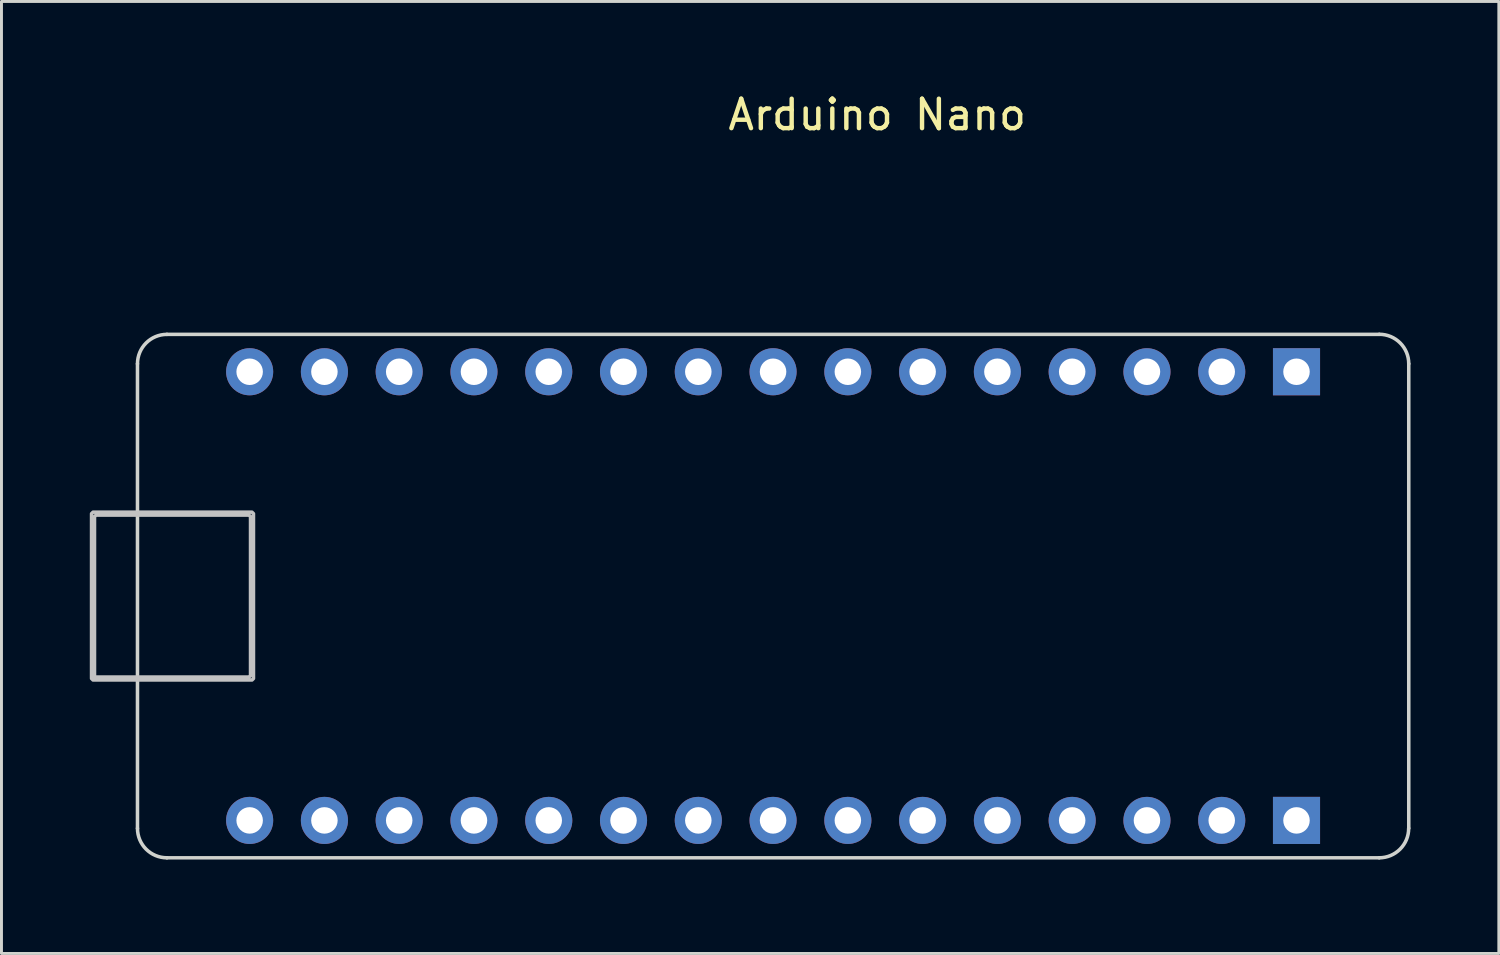
<source format=kicad_pcb>
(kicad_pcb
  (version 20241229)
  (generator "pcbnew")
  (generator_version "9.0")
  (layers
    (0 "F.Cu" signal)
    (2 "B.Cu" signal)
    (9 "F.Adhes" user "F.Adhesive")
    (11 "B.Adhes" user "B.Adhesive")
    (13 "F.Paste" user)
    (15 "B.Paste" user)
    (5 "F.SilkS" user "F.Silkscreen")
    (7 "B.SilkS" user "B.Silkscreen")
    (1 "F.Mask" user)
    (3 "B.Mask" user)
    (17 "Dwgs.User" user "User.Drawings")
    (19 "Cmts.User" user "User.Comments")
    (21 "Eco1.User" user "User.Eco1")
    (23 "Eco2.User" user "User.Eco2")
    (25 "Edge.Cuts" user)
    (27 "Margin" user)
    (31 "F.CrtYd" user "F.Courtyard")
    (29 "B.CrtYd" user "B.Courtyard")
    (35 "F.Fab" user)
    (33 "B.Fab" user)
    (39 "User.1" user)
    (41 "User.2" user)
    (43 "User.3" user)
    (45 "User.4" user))
  (footprint "Arduino Nano"
    (layer "F.Cu")
    (at 1.62 26.088)
    (property "Reference" "Arduino Nano" (at 19.98 -25.24 0) (layer "F.SilkS") (effects (font (size 1 1) (thickness 0.15)) (justify left)))
    (attr through_hole)
    (fp_poly (pts (xy -0.06 -11.74) (xy -1.51 -11.74) (xy -1.56 -11.69) (xy -1.56 -6.09) (xy -1.51 -6.04) (xy 3.89 -6.04) (xy 3.94 -6.09) (xy 3.94 -11.69) (xy 3.89 -11.74) (xy -0.01 -11.74) (xy -0.01 -11.64) (xy 3.79 -11.64) (xy 3.84 -11.59) (xy 3.84 -6.19) (xy 3.79 -6.14) (xy -1.46 -6.14) (xy -1.46 -11.59) (xy -1.41 -11.64) (xy -0.06 -11.64)) (stroke (width 0.12) (type solid)) (fill no) (layer "Dwgs.User"))
    (fp_line (start 2.54 -17.145) (end 2.54 -15.875) (stroke (width 0.152) (type solid)) (layer "Eco1.User"))
    (fp_line (start 2.54 -15.875) (end 3.175 -15.24) (stroke (width 0.152) (type solid)) (layer "Eco1.User"))
    (fp_line (start 2.54 -1.905) (end 2.54 -0.635) (stroke (width 0.152) (type solid)) (layer "Eco1.User"))
    (fp_line (start 2.54 -1.905) (end 2.54 -0.635) (stroke (width 0.152) (type solid)) (layer "Eco1.User"))
    (fp_line (start 2.54 -0.635) (end 3.175 0) (stroke (width 0.152) (type solid)) (layer "Eco1.User"))
    (fp_line (start 2.54 -0.635) (end 3.175 0) (stroke (width 0.152) (type solid)) (layer "Eco1.User"))
    (fp_line (start 3.175 -17.78) (end 2.54 -17.145) (stroke (width 0.152) (type solid)) (layer "Eco1.User"))
    (fp_line (start 3.175 -15.24) (end 4.445 -15.24) (stroke (width 0.152) (type solid)) (layer "Eco1.User"))
    (fp_line (start 3.175 -2.54) (end 2.54 -1.905) (stroke (width 0.152) (type solid)) (layer "Eco1.User"))
    (fp_line (start 3.175 -2.54) (end 2.54 -1.905) (stroke (width 0.152) (type solid)) (layer "Eco1.User"))
    (fp_line (start 4.445 -17.78) (end 3.175 -17.78) (stroke (width 0.152) (type solid)) (layer "Eco1.User"))
    (fp_line (start 4.445 -15.24) (end 5.08 -15.875) (stroke (width 0.152) (type solid)) (layer "Eco1.User"))
    (fp_line (start 4.445 -2.54) (end 3.175 -2.54) (stroke (width 0.152) (type solid)) (layer "Eco1.User"))
    (fp_line (start 4.445 0) (end 5.08 -0.635) (stroke (width 0.152) (type solid)) (layer "Eco1.User"))
    (fp_line (start 5.08 -17.145) (end 4.445 -17.78) (stroke (width 0.152) (type solid)) (layer "Eco1.User"))
    (fp_line (start 5.08 -15.875) (end 5.715 -15.24) (stroke (width 0.152) (type solid)) (layer "Eco1.User"))
    (fp_line (start 5.08 -1.905) (end 4.445 -2.54) (stroke (width 0.152) (type solid)) (layer "Eco1.User"))
    (fp_line (start 5.08 -1.905) (end 4.445 -2.54) (stroke (width 0.152) (type solid)) (layer "Eco1.User"))
    (fp_line (start 5.08 -0.635) (end 5.715 0) (stroke (width 0.152) (type solid)) (layer "Eco1.User"))
    (fp_line (start 5.715 -17.78) (end 5.08 -17.145) (stroke (width 0.152) (type solid)) (layer "Eco1.User"))
    (fp_line (start 5.715 -15.24) (end 6.985 -15.24) (stroke (width 0.152) (type solid)) (layer "Eco1.User"))
    (fp_line (start 5.715 -2.54) (end 5.08 -1.905) (stroke (width 0.152) (type solid)) (layer "Eco1.User"))
    (fp_line (start 5.715 -2.54) (end 5.08 -1.905) (stroke (width 0.152) (type solid)) (layer "Eco1.User"))
    (fp_line (start 6.985 -17.78) (end 5.715 -17.78) (stroke (width 0.152) (type solid)) (layer "Eco1.User"))
    (fp_line (start 6.985 -15.24) (end 7.62 -15.875) (stroke (width 0.152) (type solid)) (layer "Eco1.User"))
    (fp_line (start 6.985 -2.54) (end 5.715 -2.54) (stroke (width 0.152) (type solid)) (layer "Eco1.User"))
    (fp_line (start 6.985 0) (end 7.62 -0.635) (stroke (width 0.152) (type solid)) (layer "Eco1.User"))
    (fp_line (start 7.62 -17.145) (end 6.985 -17.78) (stroke (width 0.152) (type solid)) (layer "Eco1.User"))
    (fp_line (start 7.62 -15.875) (end 8.255 -15.24) (stroke (width 0.152) (type solid)) (layer "Eco1.User"))
    (fp_line (start 7.62 -1.905) (end 6.985 -2.54) (stroke (width 0.152) (type solid)) (layer "Eco1.User"))
    (fp_line (start 7.62 -1.905) (end 6.985 -2.54) (stroke (width 0.152) (type solid)) (layer "Eco1.User"))
    (fp_line (start 7.62 -0.635) (end 8.255 0) (stroke (width 0.152) (type solid)) (layer "Eco1.User"))
    (fp_line (start 8.255 -17.78) (end 7.62 -17.145) (stroke (width 0.152) (type solid)) (layer "Eco1.User"))
    (fp_line (start 8.255 -15.24) (end 9.525 -15.24) (stroke (width 0.152) (type solid)) (layer "Eco1.User"))
    (fp_line (start 8.255 -2.54) (end 7.62 -1.905) (stroke (width 0.152) (type solid)) (layer "Eco1.User"))
    (fp_line (start 8.255 -2.54) (end 7.62 -1.905) (stroke (width 0.152) (type solid)) (layer "Eco1.User"))
    (fp_line (start 9.525 -17.78) (end 8.255 -17.78) (stroke (width 0.152) (type solid)) (layer "Eco1.User"))
    (fp_line (start 9.525 -15.24) (end 10.161 -15.875) (stroke (width 0.152) (type solid)) (layer "Eco1.User"))
    (fp_line (start 9.525 -2.54) (end 8.255 -2.54) (stroke (width 0.152) (type solid)) (layer "Eco1.User"))
    (fp_line (start 9.525 0) (end 10.16 -0.635) (stroke (width 0.152) (type solid)) (layer "Eco1.User"))
    (fp_line (start 10.16 -1.905) (end 9.525 -2.54) (stroke (width 0.152) (type solid)) (layer "Eco1.User"))
    (fp_line (start 10.16 -1.905) (end 9.525 -2.54) (stroke (width 0.152) (type solid)) (layer "Eco1.User"))
    (fp_line (start 10.16 -0.635) (end 10.794 0) (stroke (width 0.152) (type solid)) (layer "Eco1.User"))
    (fp_line (start 10.161 -17.145) (end 9.525 -17.78) (stroke (width 0.152) (type solid)) (layer "Eco1.User"))
    (fp_line (start 10.161 -15.875) (end 10.796 -15.24) (stroke (width 0.152) (type solid)) (layer "Eco1.User"))
    (fp_line (start 10.794 -2.54) (end 10.16 -1.905) (stroke (width 0.152) (type solid)) (layer "Eco1.User"))
    (fp_line (start 10.794 -2.54) (end 10.16 -1.905) (stroke (width 0.152) (type solid)) (layer "Eco1.User"))
    (fp_line (start 10.796 -17.78) (end 10.161 -17.145) (stroke (width 0.152) (type solid)) (layer "Eco1.User"))
    (fp_line (start 10.796 -15.24) (end 12.066 -15.24) (stroke (width 0.152) (type solid)) (layer "Eco1.User"))
    (fp_line (start 12.064 -2.54) (end 10.794 -2.54) (stroke (width 0.152) (type solid)) (layer "Eco1.User"))
    (fp_line (start 12.064 0) (end 12.699 -0.635) (stroke (width 0.152) (type solid)) (layer "Eco1.User"))
    (fp_line (start 12.066 -15.24) (end 12.701 -15.875) (stroke (width 0.152) (type solid)) (layer "Eco1.User"))
    (fp_line (start 12.699 -1.905) (end 12.064 -2.54) (stroke (width 0.152) (type solid)) (layer "Eco1.User"))
    (fp_line (start 12.699 -1.905) (end 12.064 -2.54) (stroke (width 0.152) (type solid)) (layer "Eco1.User"))
    (fp_line (start 12.699 -0.635) (end 13.334 0) (stroke (width 0.152) (type solid)) (layer "Eco1.User"))
    (fp_line (start 12.701 -17.145) (end 12.066 -17.78) (stroke (width 0.152) (type solid)) (layer "Eco1.User"))
    (fp_line (start 12.701 -15.875) (end 13.336 -15.24) (stroke (width 0.152) (type solid)) (layer "Eco1.User"))
    (fp_line (start 13.334 -2.54) (end 12.699 -1.905) (stroke (width 0.152) (type solid)) (layer "Eco1.User"))
    (fp_line (start 13.334 -2.54) (end 12.699 -1.905) (stroke (width 0.152) (type solid)) (layer "Eco1.User"))
    (fp_line (start 13.336 -17.78) (end 12.701 -17.145) (stroke (width 0.152) (type solid)) (layer "Eco1.User"))
    (fp_line (start 13.336 -15.24) (end 14.606 -15.24) (stroke (width 0.152) (type solid)) (layer "Eco1.User"))
    (fp_line (start 14.604 -2.54) (end 13.334 -2.54) (stroke (width 0.152) (type solid)) (layer "Eco1.User"))
    (fp_line (start 14.604 0) (end 15.239 -0.635) (stroke (width 0.152) (type solid)) (layer "Eco1.User"))
    (fp_line (start 14.606 -15.24) (end 15.241 -15.875) (stroke (width 0.152) (type solid)) (layer "Eco1.User"))
    (fp_line (start 15.239 -1.905) (end 14.604 -2.54) (stroke (width 0.152) (type solid)) (layer "Eco1.User"))
    (fp_line (start 15.239 -1.905) (end 14.604 -2.54) (stroke (width 0.152) (type solid)) (layer "Eco1.User"))
    (fp_line (start 15.239 -0.635) (end 15.874 0) (stroke (width 0.152) (type solid)) (layer "Eco1.User"))
    (fp_line (start 15.241 -17.145) (end 14.606 -17.78) (stroke (width 0.152) (type solid)) (layer "Eco1.User"))
    (fp_line (start 15.241 -15.875) (end 15.876 -15.24) (stroke (width 0.152) (type solid)) (layer "Eco1.User"))
    (fp_line (start 15.874 -2.54) (end 15.239 -1.905) (stroke (width 0.152) (type solid)) (layer "Eco1.User"))
    (fp_line (start 15.874 -2.54) (end 15.239 -1.905) (stroke (width 0.152) (type solid)) (layer "Eco1.User"))
    (fp_line (start 15.876 -17.78) (end 15.241 -17.145) (stroke (width 0.152) (type solid)) (layer "Eco1.User"))
    (fp_line (start 15.876 -15.24) (end 17.146 -15.24) (stroke (width 0.152) (type solid)) (layer "Eco1.User"))
    (fp_line (start 17.144 -2.54) (end 15.874 -2.54) (stroke (width 0.152) (type solid)) (layer "Eco1.User"))
    (fp_line (start 17.144 0) (end 17.779 -0.635) (stroke (width 0.152) (type solid)) (layer "Eco1.User"))
    (fp_line (start 17.146 -15.24) (end 17.781 -15.875) (stroke (width 0.152) (type solid)) (layer "Eco1.User"))
    (fp_line (start 17.779 -1.905) (end 17.144 -2.54) (stroke (width 0.152) (type solid)) (layer "Eco1.User"))
    (fp_line (start 17.779 -1.905) (end 17.144 -2.54) (stroke (width 0.152) (type solid)) (layer "Eco1.User"))
    (fp_line (start 17.779 -0.635) (end 18.414 0) (stroke (width 0.152) (type solid)) (layer "Eco1.User"))
    (fp_line (start 17.78 -17.145) (end 17.145 -17.78) (stroke (width 0.152) (type solid)) (layer "Eco1.User"))
    (fp_line (start 17.781 -15.875) (end 18.416 -15.24) (stroke (width 0.152) (type solid)) (layer "Eco1.User"))
    (fp_line (start 18.414 -2.54) (end 17.779 -1.905) (stroke (width 0.152) (type solid)) (layer "Eco1.User"))
    (fp_line (start 18.414 -2.54) (end 17.779 -1.905) (stroke (width 0.152) (type solid)) (layer "Eco1.User"))
    (fp_line (start 18.415 -17.78) (end 17.78 -17.145) (stroke (width 0.152) (type solid)) (layer "Eco1.User"))
    (fp_line (start 18.416 -15.24) (end 19.686 -15.24) (stroke (width 0.152) (type solid)) (layer "Eco1.User"))
    (fp_line (start 19.684 -2.54) (end 18.414 -2.54) (stroke (width 0.152) (type solid)) (layer "Eco1.User"))
    (fp_line (start 19.684 0) (end 20.319 -0.635) (stroke (width 0.152) (type solid)) (layer "Eco1.User"))
    (fp_line (start 19.686 -15.24) (end 20.321 -15.875) (stroke (width 0.152) (type solid)) (layer "Eco1.User"))
    (fp_line (start 20.319 -1.905) (end 19.684 -2.54) (stroke (width 0.152) (type solid)) (layer "Eco1.User"))
    (fp_line (start 20.319 -1.905) (end 19.684 -2.54) (stroke (width 0.152) (type solid)) (layer "Eco1.User"))
    (fp_line (start 20.319 -0.635) (end 20.954 0) (stroke (width 0.152) (type solid)) (layer "Eco1.User"))
    (fp_line (start 20.321 -17.145) (end 19.686 -17.78) (stroke (width 0.152) (type solid)) (layer "Eco1.User"))
    (fp_line (start 20.321 -15.875) (end 20.956 -15.24) (stroke (width 0.152) (type solid)) (layer "Eco1.User"))
    (fp_line (start 20.954 -2.54) (end 20.319 -1.905) (stroke (width 0.152) (type solid)) (layer "Eco1.User"))
    (fp_line (start 20.954 -2.54) (end 20.319 -1.905) (stroke (width 0.152) (type solid)) (layer "Eco1.User"))
    (fp_line (start 20.956 -17.78) (end 20.321 -17.145) (stroke (width 0.152) (type solid)) (layer "Eco1.User"))
    (fp_line (start 20.956 -15.24) (end 22.226 -15.24) (stroke (width 0.152) (type solid)) (layer "Eco1.User"))
    (fp_line (start 22.224 -2.54) (end 20.954 -2.54) (stroke (width 0.152) (type solid)) (layer "Eco1.User"))
    (fp_line (start 22.224 0) (end 22.859 -0.635) (stroke (width 0.152) (type solid)) (layer "Eco1.User"))
    (fp_line (start 22.226 -15.24) (end 22.861 -15.875) (stroke (width 0.152) (type solid)) (layer "Eco1.User"))
    (fp_line (start 22.859 -1.905) (end 22.224 -2.54) (stroke (width 0.152) (type solid)) (layer "Eco1.User"))
    (fp_line (start 22.859 -1.905) (end 22.224 -2.54) (stroke (width 0.152) (type solid)) (layer "Eco1.User"))
    (fp_line (start 22.859 -0.635) (end 23.494 0) (stroke (width 0.152) (type solid)) (layer "Eco1.User"))
    (fp_line (start 22.861 -17.145) (end 22.226 -17.78) (stroke (width 0.152) (type solid)) (layer "Eco1.User"))
    (fp_line (start 22.861 -15.875) (end 23.496 -15.24) (stroke (width 0.152) (type solid)) (layer "Eco1.User"))
    (fp_line (start 23.494 -2.54) (end 22.859 -1.905) (stroke (width 0.152) (type solid)) (layer "Eco1.User"))
    (fp_line (start 23.494 -2.54) (end 22.859 -1.905) (stroke (width 0.152) (type solid)) (layer "Eco1.User"))
    (fp_line (start 23.496 -17.78) (end 22.861 -17.145) (stroke (width 0.152) (type solid)) (layer "Eco1.User"))
    (fp_line (start 23.496 -15.24) (end 24.766 -15.24) (stroke (width 0.152) (type solid)) (layer "Eco1.User"))
    (fp_line (start 24.764 -2.54) (end 23.494 -2.54) (stroke (width 0.152) (type solid)) (layer "Eco1.User"))
    (fp_line (start 24.765 -0.001) (end 25.4 -0.636) (stroke (width 0.152) (type solid)) (layer "Eco1.User"))
    (fp_line (start 24.766 -15.24) (end 25.401 -15.875) (stroke (width 0.152) (type solid)) (layer "Eco1.User"))
    (fp_line (start 25.399 -1.905) (end 24.764 -2.54) (stroke (width 0.152) (type solid)) (layer "Eco1.User"))
    (fp_line (start 25.399 -1.905) (end 24.764 -2.54) (stroke (width 0.152) (type solid)) (layer "Eco1.User"))
    (fp_line (start 25.4 -0.636) (end 26.035 -0.001) (stroke (width 0.152) (type solid)) (layer "Eco1.User"))
    (fp_line (start 25.401 -17.145) (end 24.766 -17.78) (stroke (width 0.152) (type solid)) (layer "Eco1.User"))
    (fp_line (start 25.401 -15.875) (end 26.036 -15.24) (stroke (width 0.152) (type solid)) (layer "Eco1.User"))
    (fp_line (start 26.034 -2.54) (end 25.399 -1.905) (stroke (width 0.152) (type solid)) (layer "Eco1.User"))
    (fp_line (start 26.034 -2.54) (end 25.399 -1.905) (stroke (width 0.152) (type solid)) (layer "Eco1.User"))
    (fp_line (start 26.036 -17.78) (end 25.401 -17.145) (stroke (width 0.152) (type solid)) (layer "Eco1.User"))
    (fp_line (start 26.036 -15.24) (end 27.306 -15.24) (stroke (width 0.152) (type solid)) (layer "Eco1.User"))
    (fp_line (start 27.304 -2.54) (end 26.034 -2.54) (stroke (width 0.152) (type solid)) (layer "Eco1.User"))
    (fp_line (start 27.304 0) (end 27.939 -0.635) (stroke (width 0.152) (type solid)) (layer "Eco1.User"))
    (fp_line (start 27.306 -15.24) (end 27.941 -15.875) (stroke (width 0.152) (type solid)) (layer "Eco1.User"))
    (fp_line (start 27.939 -1.905) (end 27.304 -2.54) (stroke (width 0.152) (type solid)) (layer "Eco1.User"))
    (fp_line (start 27.939 -1.905) (end 27.304 -2.54) (stroke (width 0.152) (type solid)) (layer "Eco1.User"))
    (fp_line (start 27.939 -0.635) (end 28.574 0) (stroke (width 0.152) (type solid)) (layer "Eco1.User"))
    (fp_line (start 27.941 -17.145) (end 27.306 -17.78) (stroke (width 0.152) (type solid)) (layer "Eco1.User"))
    (fp_line (start 27.941 -15.875) (end 28.576 -15.24) (stroke (width 0.152) (type solid)) (layer "Eco1.User"))
    (fp_line (start 28.574 -2.54) (end 27.939 -1.905) (stroke (width 0.152) (type solid)) (layer "Eco1.User"))
    (fp_line (start 28.574 -2.54) (end 27.939 -1.905) (stroke (width 0.152) (type solid)) (layer "Eco1.User"))
    (fp_line (start 28.576 -17.78) (end 27.941 -17.145) (stroke (width 0.152) (type solid)) (layer "Eco1.User"))
    (fp_line (start 28.576 -15.24) (end 29.846 -15.24) (stroke (width 0.152) (type solid)) (layer "Eco1.User"))
    (fp_line (start 29.844 -2.54) (end 28.574 -2.54) (stroke (width 0.152) (type solid)) (layer "Eco1.User"))
    (fp_line (start 29.844 0) (end 30.479 -0.635) (stroke (width 0.152) (type solid)) (layer "Eco1.User"))
    (fp_line (start 29.846 -15.24) (end 30.481 -15.875) (stroke (width 0.152) (type solid)) (layer "Eco1.User"))
    (fp_line (start 30.479 -1.905) (end 29.844 -2.54) (stroke (width 0.152) (type solid)) (layer "Eco1.User"))
    (fp_line (start 30.479 -1.905) (end 29.844 -2.54) (stroke (width 0.152) (type solid)) (layer "Eco1.User"))
    (fp_line (start 30.479 -0.635) (end 31.114 0) (stroke (width 0.152) (type solid)) (layer "Eco1.User"))
    (fp_line (start 30.481 -17.145) (end 29.846 -17.78) (stroke (width 0.152) (type solid)) (layer "Eco1.User"))
    (fp_line (start 30.481 -15.875) (end 31.116 -15.24) (stroke (width 0.152) (type solid)) (layer "Eco1.User"))
    (fp_line (start 31.114 -2.54) (end 30.479 -1.905) (stroke (width 0.152) (type solid)) (layer "Eco1.User"))
    (fp_line (start 31.114 -2.54) (end 30.479 -1.905) (stroke (width 0.152) (type solid)) (layer "Eco1.User"))
    (fp_line (start 31.116 -17.78) (end 30.481 -17.145) (stroke (width 0.152) (type solid)) (layer "Eco1.User"))
    (fp_line (start 31.116 -15.24) (end 32.386 -15.24) (stroke (width 0.152) (type solid)) (layer "Eco1.User"))
    (fp_line (start 32.384 -2.54) (end 31.114 -2.54) (stroke (width 0.152) (type solid)) (layer "Eco1.User"))
    (fp_line (start 32.384 0) (end 33.019 -0.635) (stroke (width 0.152) (type solid)) (layer "Eco1.User"))
    (fp_line (start 32.384 0) (end 33.019 -0.635) (stroke (width 0.152) (type solid)) (layer "Eco1.User"))
    (fp_line (start 32.386 -15.24) (end 33.02 -15.875) (stroke (width 0.152) (type solid)) (layer "Eco1.User"))
    (fp_line (start 33.019 -1.905) (end 32.384 -2.54) (stroke (width 0.152) (type solid)) (layer "Eco1.User"))
    (fp_line (start 33.019 -1.905) (end 32.384 -2.54) (stroke (width 0.152) (type solid)) (layer "Eco1.User"))
    (fp_line (start 33.019 -0.635) (end 33.655 0) (stroke (width 0.152) (type solid)) (layer "Eco1.User"))
    (fp_line (start 33.019 -0.635) (end 33.655 0) (stroke (width 0.152) (type solid)) (layer "Eco1.User"))
    (fp_line (start 33.02 -17.145) (end 32.386 -17.78) (stroke (width 0.152) (type solid)) (layer "Eco1.User"))
    (fp_line (start 33.02 -15.875) (end 33.655 -15.24) (stroke (width 0.152) (type solid)) (layer "Eco1.User"))
    (fp_line (start 33.655 -17.78) (end 33.02 -17.145) (stroke (width 0.152) (type solid)) (layer "Eco1.User"))
    (fp_line (start 33.655 -15.24) (end 34.925 -15.24) (stroke (width 0.152) (type solid)) (layer "Eco1.User"))
    (fp_line (start 33.655 -2.54) (end 33.019 -1.905) (stroke (width 0.152) (type solid)) (layer "Eco1.User"))
    (fp_line (start 33.655 -2.54) (end 33.019 -1.905) (stroke (width 0.152) (type solid)) (layer "Eco1.User"))
    (fp_line (start 33.655 0) (end 34.925 0) (stroke (width 0.152) (type solid)) (layer "Eco1.User"))
    (fp_line (start 34.925 -15.24) (end 35.56 -15.875) (stroke (width 0.152) (type solid)) (layer "Eco1.User"))
    (fp_line (start 34.925 -2.54) (end 33.655 -2.54) (stroke (width 0.152) (type solid)) (layer "Eco1.User"))
    (fp_line (start 34.925 0) (end 35.56 -0.635) (stroke (width 0.152) (type solid)) (layer "Eco1.User"))
    (fp_line (start 34.925 0) (end 35.56 -0.635) (stroke (width 0.152) (type solid)) (layer "Eco1.User"))
    (fp_line (start 35.56 -17.145) (end 34.925 -17.78) (stroke (width 0.152) (type solid)) (layer "Eco1.User"))
    (fp_line (start 35.56 -15.875) (end 36.195 -15.24) (stroke (width 0.152) (type solid)) (layer "Eco1.User"))
    (fp_line (start 35.56 -1.905) (end 34.925 -2.54) (stroke (width 0.152) (type solid)) (layer "Eco1.User"))
    (fp_line (start 35.56 -1.905) (end 34.925 -2.54) (stroke (width 0.152) (type solid)) (layer "Eco1.User"))
    (fp_line (start 35.56 -0.635) (end 36.195 0) (stroke (width 0.152) (type solid)) (layer "Eco1.User"))
    (fp_line (start 35.56 -0.635) (end 36.195 0) (stroke (width 0.152) (type solid)) (layer "Eco1.User"))
    (fp_line (start 36.195 -17.78) (end 35.56 -17.145) (stroke (width 0.152) (type solid)) (layer "Eco1.User"))
    (fp_line (start 36.195 -15.24) (end 37.465 -15.24) (stroke (width 0.152) (type solid)) (layer "Eco1.User"))
    (fp_line (start 36.195 -2.54) (end 35.56 -1.905) (stroke (width 0.152) (type solid)) (layer "Eco1.User"))
    (fp_line (start 36.195 -2.54) (end 35.56 -1.905) (stroke (width 0.152) (type solid)) (layer "Eco1.User"))
    (fp_line (start 36.195 0) (end 37.465 0) (stroke (width 0.152) (type solid)) (layer "Eco1.User"))
    (fp_line (start 37.465 -15.24) (end 38.1 -15.875) (stroke (width 0.152) (type solid)) (layer "Eco1.User"))
    (fp_line (start 37.465 -2.54) (end 36.195 -2.54) (stroke (width 0.152) (type solid)) (layer "Eco1.User"))
    (fp_line (start 37.465 0) (end 38.1 -0.635) (stroke (width 0.152) (type solid)) (layer "Eco1.User"))
    (fp_line (start 37.465 0) (end 38.1 -0.635) (stroke (width 0.152) (type solid)) (layer "Eco1.User"))
    (fp_line (start 38.1 -17.145) (end 37.465 -17.78) (stroke (width 0.152) (type solid)) (layer "Eco1.User"))
    (fp_line (start 38.1 -15.875) (end 38.735 -15.24) (stroke (width 0.152) (type solid)) (layer "Eco1.User"))
    (fp_line (start 38.1 -1.905) (end 37.465 -2.54) (stroke (width 0.152) (type solid)) (layer "Eco1.User"))
    (fp_line (start 38.1 -1.905) (end 37.465 -2.54) (stroke (width 0.152) (type solid)) (layer "Eco1.User"))
    (fp_line (start 38.1 -0.635) (end 38.735 0) (stroke (width 0.152) (type solid)) (layer "Eco1.User"))
    (fp_line (start 38.1 -0.635) (end 38.735 0) (stroke (width 0.152) (type solid)) (layer "Eco1.User"))
    (fp_line (start 38.735 -17.78) (end 38.1 -17.145) (stroke (width 0.152) (type solid)) (layer "Eco1.User"))
    (fp_line (start 38.735 -15.24) (end 40.005 -15.24) (stroke (width 0.152) (type solid)) (layer "Eco1.User"))
    (fp_line (start 38.735 -2.54) (end 38.1 -1.905) (stroke (width 0.152) (type solid)) (layer "Eco1.User"))
    (fp_line (start 38.735 -2.54) (end 38.1 -1.905) (stroke (width 0.152) (type solid)) (layer "Eco1.User"))
    (fp_line (start 38.735 0) (end 40.005 0) (stroke (width 0.152) (type solid)) (layer "Eco1.User"))
    (fp_line (start 40.005 -15.24) (end 40.64 -15.875) (stroke (width 0.152) (type solid)) (layer "Eco1.User"))
    (fp_line (start 40.005 -2.54) (end 38.735 -2.54) (stroke (width 0.152) (type solid)) (layer "Eco1.User"))
    (fp_line (start 40.005 0) (end 40.64 -0.635) (stroke (width 0.152) (type solid)) (layer "Eco1.User"))
    (fp_line (start 40.005 0) (end 40.64 -0.635) (stroke (width 0.152) (type solid)) (layer "Eco1.User"))
    (fp_line (start 40.64 -17.145) (end 40.005 -17.78) (stroke (width 0.152) (type solid)) (layer "Eco1.User"))
    (fp_line (start 40.64 -15.875) (end 40.64 -17.145) (stroke (width 0.152) (type solid)) (layer "Eco1.User"))
    (fp_line (start 40.64 -1.905) (end 40.005 -2.54) (stroke (width 0.152) (type solid)) (layer "Eco1.User"))
    (fp_line (start 40.64 -1.905) (end 40.005 -2.54) (stroke (width 0.152) (type solid)) (layer "Eco1.User"))
    (fp_line (start 40.64 -0.635) (end 40.64 -1.905) (stroke (width 0.152) (type solid)) (layer "Eco1.User"))
    (fp_line (start 40.64 -0.635) (end 40.64 -1.905) (stroke (width 0.152) (type solid)) (layer "Eco1.User"))
    (fp_line (start 0 -16.78) (end 0 -1) (stroke (width 0.12) (type default)) (layer "Edge.Cuts"))
    (fp_line (start 1 -17.78) (end 42.18 -17.78) (stroke (width 0.12) (type default)) (layer "Edge.Cuts"))
    (fp_line (start 1 0) (end 42.18 0) (stroke (width 0.12) (type default)) (layer "Edge.Cuts"))
    (fp_line (start 43.183 -16.783) (end 43.183 -1.003) (stroke (width 0.12) (type default)) (layer "Edge.Cuts"))
    (fp_arc (start 0 -16.78) (mid 0.292894 -17.487106) (end 1 -17.78) (stroke (width 0.12) (type default)) (layer "Edge.Cuts"))
    (fp_arc (start 1 0) (mid 0.292894 -0.292894) (end 0 -1) (stroke (width 0.12) (type default)) (layer "Edge.Cuts"))
    (fp_arc (start 42.182894 -17.782893) (mid 42.89 -17.49) (end 43.182894 -16.782893) (stroke (width 0.12) (type default)) (layer "Edge.Cuts"))
    (fp_arc (start 43.18 -1) (mid 42.887106 -0.292894) (end 42.18 0) (stroke (width 0.12) (type default)) (layer "Edge.Cuts"))
    (fp_text user "D9" (at 11.958 -13.863 90) (layer "Eco1.User") (effects (font (size 0.75 0.75) (thickness 0.15)) (justify left)))
    (fp_text user "TXD" (at 39.898 -12.88 90) (layer "Eco1.User") (effects (font (size 0.75 0.75) (thickness 0.15)) (justify left)))
    (fp_text user "VIN" (at 39.918 -3.4 90) (layer "Eco1.User") (effects (font (size 0.75 0.75) (thickness 0.15)) (justify left)))
    (fp_text user "3V3" (at 6.898 -3.4 90) (layer "Eco1.User") (effects (font (size 0.75 0.75) (thickness 0.15)) (justify left)))
    (fp_text user "REF" (at 9.438 -3.4 90) (layer "Eco1.User") (effects (font (size 0.75 0.75) (thickness 0.15)) (justify left)))
    (fp_text user "A1" (at 14.518 -3.4 90) (layer "Eco1.User") (effects (font (size 0.75 0.75) (thickness 0.15)) (justify left)))
    (fp_text user "D2" (at 29.738 -13.817 90) (layer "Eco1.User") (effects (font (size 0.75 0.75) (thickness 0.15)) (justify left)))
    (fp_text user "D12" (at 4.338 -13.289 90) (layer "Eco1.User") (effects (font (size 0.75 0.75) (thickness 0.15)) (justify left)))
    (fp_text user "A3" (at 19.598 -3.4 90) (layer "Eco1.User") (effects (font (size 0.75 0.75) (thickness 0.15)) (justify left)))
    (fp_text user "A4" (at 22.138 -3.4 90) (layer "Eco1.User") (effects (font (size 0.75 0.75) (thickness 0.15)) (justify left)))
    (fp_text user "GND" (at 32.278 -12.834 90) (layer "Eco1.User") (effects (font (size 0.75 0.75) (thickness 0.15)) (justify left)))
    (fp_text user "D10" (at 9.418 -13.289 90) (layer "Eco1.User") (effects (font (size 0.75 0.75) (thickness 0.15)) (justify left)))
    (fp_text user "A2" (at 17.058 -3.4 90) (layer "Eco1.User") (effects (font (size 0.75 0.75) (thickness 0.15)) (justify left)))
    (fp_text user "A0" (at 11.978 -3.4 90) (layer "Eco1.User") (effects (font (size 0.75 0.75) (thickness 0.15)) (justify left)))
    (fp_text user "D7" (at 17.038 -13.817 90) (layer "Eco1.User") (effects (font (size 0.75 0.75) (thickness 0.15)) (justify left)))
    (fp_text user "D5" (at 22.118 -13.817 90) (layer "Eco1.User") (effects (font (size 0.75 0.75) (thickness 0.15)) (justify left)))
    (fp_text user "RST" (at 34.818 -12.88 90) (layer "Eco1.User") (effects (font (size 0.75 0.75) (thickness 0.15)) (justify left)))
    (fp_text user "A7" (at 29.758 -3.4 90) (layer "Eco1.User") (effects (font (size 0.75 0.75) (thickness 0.15)) (justify left)))
    (fp_text user "D3" (at 27.198 -13.817 90) (layer "Eco1.User") (effects (font (size 0.75 0.75) (thickness 0.15)) (justify left)))
    (fp_text user "RXD" (at 37.358 -12.88 90) (layer "Eco1.User") (effects (font (size 0.75 0.75) (thickness 0.15)) (justify left)))
    (fp_text user "A6" (at 27.218 -3.4 90) (layer "Eco1.User") (effects (font (size 0.75 0.75) (thickness 0.15)) (justify left)))
    (fp_text user "D13" (at 4.358 -3.4 90) (layer "Eco1.User") (effects (font (size 0.75 0.75) (thickness 0.15)) (justify left)))
    (fp_text user "RST" (at 34.838 -3.4 90) (layer "Eco1.User") (effects (font (size 0.75 0.75) (thickness 0.15)) (justify left)))
    (fp_text user "5V" (at 32.298 -3.4 90) (layer "Eco1.User") (effects (font (size 0.75 0.75) (thickness 0.15)) (justify left)))
    (fp_text user "D8" (at 14.498 -13.817 90) (layer "Eco1.User") (effects (font (size 0.75 0.75) (thickness 0.15)) (justify left)))
    (fp_text user "A5" (at 24.678 -3.4 90) (layer "Eco1.User") (effects (font (size 0.75 0.75) (thickness 0.15)) (justify left)))
    (fp_text user "D6" (at 19.578 -13.863 90) (layer "Eco1.User") (effects (font (size 0.75 0.75) (thickness 0.15)) (justify left)))
    (fp_text user "D4" (at 24.658 -13.771 90) (layer "Eco1.User") (effects (font (size 0.75 0.75) (thickness 0.15)) (justify left)))
    (fp_text user "D11" (at 6.878 -13.698 90) (layer "Eco1.User") (effects (font (size 0.75 0.75) (thickness 0.15)) (justify left)))
    (fp_text user "GND" (at 37.378 -3.4 90) (layer "Eco1.User") (effects (font (size 0.75 0.75) (thickness 0.15)) (justify left)))
    (pad "1" thru_hole rect (at 39.37 -16.51) (size 1.6 1.6) (drill 0.9) (layers "*.Cu" "*.Mask"))
    (pad "2" thru_hole circle (at 36.83 -16.51) (size 1.6 1.6) (drill 0.9) (layers "*.Cu" "*.Mask"))
    (pad "3" thru_hole circle (at 34.29 -16.51) (size 1.6 1.6) (drill 0.9) (layers "*.Cu" "*.Mask"))
    (pad "4" thru_hole circle (at 31.75 -16.51) (size 1.6 1.6) (drill 0.9) (layers "*.Cu" "*.Mask"))
    (pad "5" thru_hole circle (at 29.21 -16.51) (size 1.6 1.6) (drill 0.9) (layers "*.Cu" "*.Mask"))
    (pad "6" thru_hole circle (at 26.67 -16.51) (size 1.6 1.6) (drill 0.9) (layers "*.Cu" "*.Mask"))
    (pad "7" thru_hole circle (at 24.13 -16.51) (size 1.6 1.6) (drill 0.9) (layers "*.Cu" "*.Mask"))
    (pad "8" thru_hole circle (at 21.59 -16.51) (size 1.6 1.6) (drill 0.9) (layers "*.Cu" "*.Mask"))
    (pad "9" thru_hole circle (at 19.05 -16.51) (size 1.6 1.6) (drill 0.9) (layers "*.Cu" "*.Mask"))
    (pad "10" thru_hole circle (at 16.51 -16.51) (size 1.6 1.6) (drill 0.9) (layers "*.Cu" "*.Mask"))
    (pad "11" thru_hole circle (at 13.97 -16.51) (size 1.6 1.6) (drill 0.9) (layers "*.Cu" "*.Mask"))
    (pad "12" thru_hole circle (at 11.43 -16.51) (size 1.6 1.6) (drill 0.9) (layers "*.Cu" "*.Mask"))
    (pad "13" thru_hole circle (at 8.89 -16.51) (size 1.6 1.6) (drill 0.9) (layers "*.Cu" "*.Mask"))
    (pad "14" thru_hole circle (at 6.35 -16.51) (size 1.6 1.6) (drill 0.9) (layers "*.Cu" "*.Mask"))
    (pad "15" thru_hole circle (at 3.81 -16.51) (size 1.6 1.6) (drill 0.9) (layers "*.Cu" "*.Mask"))
    (pad "16" thru_hole circle (at 3.81 -1.27) (size 1.6 1.6) (drill 0.9) (layers "*.Cu" "*.Mask"))
    (pad "17" thru_hole circle (at 6.35 -1.27) (size 1.6 1.6) (drill 0.9) (layers "*.Cu" "*.Mask"))
    (pad "18" thru_hole circle (at 8.89 -1.27) (size 1.6 1.6) (drill 0.9) (layers "*.Cu" "*.Mask"))
    (pad "19" thru_hole circle (at 11.43 -1.27) (size 1.6 1.6) (drill 0.9) (layers "*.Cu" "*.Mask"))
    (pad "20" thru_hole circle (at 13.97 -1.27) (size 1.6 1.6) (drill 0.9) (layers "*.Cu" "*.Mask"))
    (pad "21" thru_hole circle (at 16.51 -1.27) (size 1.6 1.6) (drill 0.9) (layers "*.Cu" "*.Mask"))
    (pad "22" thru_hole circle (at 19.05 -1.27) (size 1.6 1.6) (drill 0.9) (layers "*.Cu" "*.Mask"))
    (pad "23" thru_hole circle (at 21.59 -1.27) (size 1.6 1.6) (drill 0.9) (layers "*.Cu" "*.Mask"))
    (pad "24" thru_hole circle (at 24.13 -1.27) (size 1.6 1.6) (drill 0.9) (layers "*.Cu" "*.Mask"))
    (pad "25" thru_hole circle (at 26.67 -1.27) (size 1.6 1.6) (drill 0.9) (layers "*.Cu" "*.Mask"))
    (pad "26" thru_hole circle (at 29.21 -1.27) (size 1.6 1.6) (drill 0.9) (layers "*.Cu" "*.Mask"))
    (pad "27" thru_hole circle (at 31.75 -1.27) (size 1.6 1.6) (drill 0.9) (layers "*.Cu" "*.Mask"))
    (pad "28" thru_hole circle (at 34.29 -1.27) (size 1.6 1.6) (drill 0.9) (layers "*.Cu" "*.Mask"))
    (pad "29" thru_hole circle (at 36.83 -1.27) (size 1.6 1.6) (drill 0.9) (layers "*.Cu" "*.Mask"))
    (pad "30" thru_hole rect (at 39.37 -1.27) (size 1.6 1.6) (drill 0.9) (layers "*.Cu" "*.Mask")))
  (gr_rect
    (start -3 -3)
    (end 47.863 29.338)
    (stroke (width 0.1) (type default))
    (fill no)
    (layer "Edge.Cuts")))
</source>
